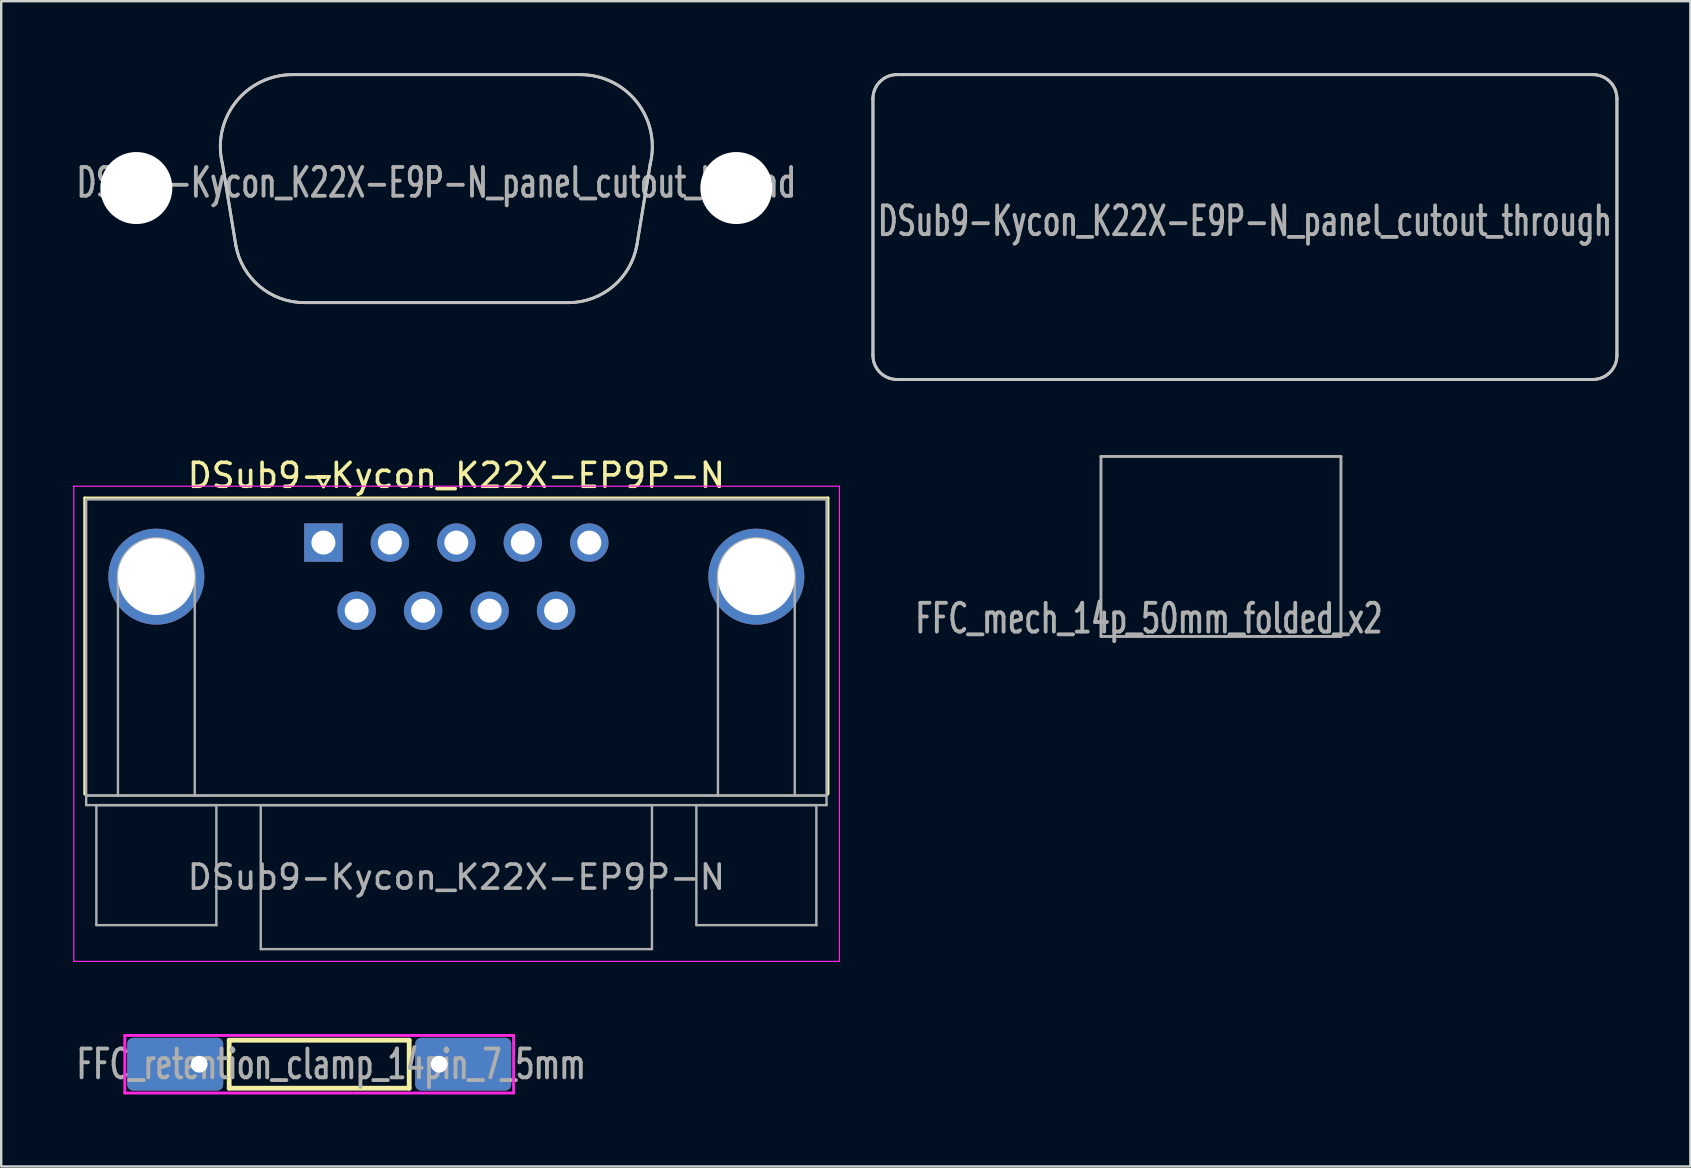
<source format=kicad_pcb>
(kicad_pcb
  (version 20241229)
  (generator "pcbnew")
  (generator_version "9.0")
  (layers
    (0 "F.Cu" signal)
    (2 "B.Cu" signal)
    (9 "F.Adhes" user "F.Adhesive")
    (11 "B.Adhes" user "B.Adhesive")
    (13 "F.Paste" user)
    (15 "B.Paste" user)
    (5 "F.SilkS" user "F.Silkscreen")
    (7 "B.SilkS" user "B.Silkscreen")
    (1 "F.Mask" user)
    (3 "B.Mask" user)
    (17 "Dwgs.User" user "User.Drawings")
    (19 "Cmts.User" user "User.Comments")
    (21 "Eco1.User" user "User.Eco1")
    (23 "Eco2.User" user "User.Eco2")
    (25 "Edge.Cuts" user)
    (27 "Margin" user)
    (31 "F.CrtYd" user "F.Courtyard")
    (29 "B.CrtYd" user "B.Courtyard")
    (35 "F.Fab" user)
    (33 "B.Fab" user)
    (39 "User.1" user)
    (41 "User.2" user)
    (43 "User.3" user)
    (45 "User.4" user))
  (footprint "FFC_mech_14p_50mm_folded_x2"
    (layer "F.Cu")
    (at 42.824 19.72)
    (property "Reference" "FFC_mech_14p_50mm_folded_x2" (at 2 3 0) (layer "F.Fab") (effects (font (size 1.2 0.8) (thickness 0.16))))
    (attr through_hole)
    (fp_line (start 0 -3.75) (end 10 -3.75) (stroke (width 0.12) (type solid)) (layer "F.Fab"))
    (fp_line (start 0 3.75) (end 0 -3.75) (stroke (width 0.12) (type solid)) (layer "F.Fab"))
    (fp_line (start 10 -3.75) (end 10 3.75) (stroke (width 0.12) (type solid)) (layer "F.Fab"))
    (fp_line (start 10 3.75) (end 0 3.75) (stroke (width 0.12) (type solid)) (layer "F.Fab")))
  (footprint "DSub9-Kycon_K22X-E9P-N_panel_cutout_behind"
    (layer "F.Cu")
    (at 15.131 11.06)
    (property "Reference" "DSub9-Kycon_K22X-E9P-N_panel_cutout_behind" (at 0 -6.5 0) (layer "F.Fab") (effects (font (size 1.2 0.8) (thickness 0.16))))
    (attr exclude_from_pos_files exclude_from_bom)
    (fp_line (start -8.911 -7.274) (end -8.356 -3.896) (stroke (width 0.12) (type solid)) (layer "Dwgs.User"))
    (fp_line (start -5.5 -1.5) (end 5.5 -1.5) (stroke (width 0.12) (type solid)) (layer "Dwgs.User"))
    (fp_line (start 6 -11) (end -6 -11) (stroke (width 0.12) (type solid)) (layer "Dwgs.User"))
    (fp_line (start 8.356 -3.896) (end 8.911 -7.274) (stroke (width 0.12) (type solid)) (layer "Dwgs.User"))
    (fp_arc (start -8.910887 -7.274234) (mid -8.364032 -9.846984) (end -6 -11) (stroke (width 0.12) (type solid)) (layer "Dwgs.User"))
    (fp_arc (start -5.5 -1.5) (mid -7.364084 -2.178471) (end -8.355942 -3.89642) (stroke (width 0.12) (type solid)) (layer "Dwgs.User"))
    (fp_arc (start 6 -11) (mid 8.364032 -9.846984) (end 8.910887 -7.274234) (stroke (width 0.12) (type solid)) (layer "Dwgs.User"))
    (fp_arc (start 8.355942 -3.89642) (mid 7.364084 -2.178471) (end 5.5 -1.5) (stroke (width 0.12) (type solid)) (layer "Dwgs.User"))
    (fp_line (start -8.911 -7.274) (end -8.356 -3.896) (stroke (width 0.12) (type solid)) (layer "Edge.Cuts"))
    (fp_line (start -5.5 -1.5) (end 5.5 -1.5) (stroke (width 0.12) (type solid)) (layer "Edge.Cuts"))
    (fp_line (start 6 -11) (end -6 -11) (stroke (width 0.12) (type solid)) (layer "Edge.Cuts"))
    (fp_line (start 8.356 -3.896) (end 8.911 -7.274) (stroke (width 0.12) (type solid)) (layer "Edge.Cuts"))
    (fp_arc (start -8.910887 -7.274234) (mid -8.364032 -9.846984) (end -6 -11) (stroke (width 0.12) (type solid)) (layer "Edge.Cuts"))
    (fp_arc (start -5.5 -1.5) (mid -7.364084 -2.178471) (end -8.355942 -3.89642) (stroke (width 0.12) (type solid)) (layer "Edge.Cuts"))
    (fp_arc (start 6 -11) (mid 8.364032 -9.846984) (end 8.910887 -7.274234) (stroke (width 0.12) (type solid)) (layer "Edge.Cuts"))
    (fp_arc (start 8.355942 -3.89642) (mid 7.364084 -2.178471) (end 5.5 -1.5) (stroke (width 0.12) (type solid)) (layer "Edge.Cuts"))
    (pad "" np_thru_hole circle (at -12.5 -6.275) (size 3 3) (drill 3) (layers "*.Cu" "*.Mask"))
    (pad "" np_thru_hole circle (at 12.5 -6.275) (size 3 3) (drill 3) (layers "*.Cu" "*.Mask")))
  (footprint "DSub9-Kycon_K22X-EP9P-N"
    (layer "F.Cu")
    (at 10.425 19.558)
    (property "Reference" "DSub9-Kycon_K22X-EP9P-N" (at 5.54 -2.8 0) (layer "F.SilkS") (effects (font (size 1 1) (thickness 0.15))))
    (attr through_hole)
    (fp_line (start -9.945 -1.86) (end 21.025 -1.86) (stroke (width 0.12) (type solid)) (layer "F.SilkS"))
    (fp_line (start -9.945 10.48) (end -9.945 -1.86) (stroke (width 0.12) (type solid)) (layer "F.SilkS"))
    (fp_line (start -0.25 -2.754) (end 0.25 -2.754) (stroke (width 0.12) (type solid)) (layer "F.SilkS"))
    (fp_line (start 0 -2.321) (end -0.25 -2.754) (stroke (width 0.12) (type solid)) (layer "F.SilkS"))
    (fp_line (start 0.25 -2.754) (end 0 -2.321) (stroke (width 0.12) (type solid)) (layer "F.SilkS"))
    (fp_line (start 21.025 -1.86) (end 21.025 10.48) (stroke (width 0.12) (type solid)) (layer "F.SilkS"))
    (fp_line (start -10.4 -2.35) (end -10.4 17.45) (stroke (width 0.05) (type solid)) (layer "F.CrtYd"))
    (fp_line (start -10.4 17.45) (end 21.5 17.45) (stroke (width 0.05) (type solid)) (layer "F.CrtYd"))
    (fp_line (start 21.5 -2.35) (end -10.4 -2.35) (stroke (width 0.05) (type solid)) (layer "F.CrtYd"))
    (fp_line (start 21.5 17.45) (end 21.5 -2.35) (stroke (width 0.05) (type solid)) (layer "F.CrtYd"))
    (fp_line (start -9.885 -1.8) (end -9.885 10.54) (stroke (width 0.1) (type solid)) (layer "F.Fab"))
    (fp_line (start -9.885 10.54) (end -9.885 10.94) (stroke (width 0.1) (type solid)) (layer "F.Fab"))
    (fp_line (start -9.885 10.54) (end 20.965 10.54) (stroke (width 0.1) (type solid)) (layer "F.Fab"))
    (fp_line (start -9.885 10.94) (end 20.965 10.94) (stroke (width 0.1) (type solid)) (layer "F.Fab"))
    (fp_line (start -9.46 10.94) (end -9.46 15.94) (stroke (width 0.1) (type solid)) (layer "F.Fab"))
    (fp_line (start -9.46 15.94) (end -4.46 15.94) (stroke (width 0.1) (type solid)) (layer "F.Fab"))
    (fp_line (start -8.56 10.54) (end -8.56 1.42) (stroke (width 0.1) (type solid)) (layer "F.Fab"))
    (fp_line (start -5.36 10.54) (end -5.36 1.42) (stroke (width 0.1) (type solid)) (layer "F.Fab"))
    (fp_line (start -4.46 10.94) (end -9.46 10.94) (stroke (width 0.1) (type solid)) (layer "F.Fab"))
    (fp_line (start -4.46 15.94) (end -4.46 10.94) (stroke (width 0.1) (type solid)) (layer "F.Fab"))
    (fp_line (start -2.61 10.94) (end -2.61 16.94) (stroke (width 0.1) (type solid)) (layer "F.Fab"))
    (fp_line (start -2.61 16.94) (end 13.69 16.94) (stroke (width 0.1) (type solid)) (layer "F.Fab"))
    (fp_line (start 13.69 10.94) (end -2.61 10.94) (stroke (width 0.1) (type solid)) (layer "F.Fab"))
    (fp_line (start 13.69 16.94) (end 13.69 10.94) (stroke (width 0.1) (type solid)) (layer "F.Fab"))
    (fp_line (start 15.54 10.94) (end 15.54 15.94) (stroke (width 0.1) (type solid)) (layer "F.Fab"))
    (fp_line (start 15.54 15.94) (end 20.54 15.94) (stroke (width 0.1) (type solid)) (layer "F.Fab"))
    (fp_line (start 16.44 10.54) (end 16.44 1.42) (stroke (width 0.1) (type solid)) (layer "F.Fab"))
    (fp_line (start 19.64 10.54) (end 19.64 1.42) (stroke (width 0.1) (type solid)) (layer "F.Fab"))
    (fp_line (start 20.54 10.94) (end 15.54 10.94) (stroke (width 0.1) (type solid)) (layer "F.Fab"))
    (fp_line (start 20.54 15.94) (end 20.54 10.94) (stroke (width 0.1) (type solid)) (layer "F.Fab"))
    (fp_line (start 20.965 -1.8) (end -9.885 -1.8) (stroke (width 0.1) (type solid)) (layer "F.Fab"))
    (fp_line (start 20.965 10.54) (end -9.885 10.54) (stroke (width 0.1) (type solid)) (layer "F.Fab"))
    (fp_line (start 20.965 10.54) (end 20.965 -1.8) (stroke (width 0.1) (type solid)) (layer "F.Fab"))
    (fp_line (start 20.965 10.94) (end 20.965 10.54) (stroke (width 0.1) (type solid)) (layer "F.Fab"))
    (fp_arc (start -8.56 1.42) (mid -6.96 -0.18) (end -5.36 1.42) (stroke (width 0.1) (type solid)) (layer "F.Fab"))
    (fp_arc (start 16.44 1.42) (mid 18.04 -0.18) (end 19.64 1.42) (stroke (width 0.1) (type solid)) (layer "F.Fab"))
    (fp_text user "${REFERENCE}" (at 5.54 13.94 0) (layer "F.Fab") (effects (font (size 1 1) (thickness 0.15))))
    (pad "0" thru_hole circle (at -6.96 1.42) (size 4 4) (drill 3.2) (layers "*.Cu" "*.Mask"))
    (pad "0" thru_hole circle (at 18.04 1.42) (size 4 4) (drill 3.2) (layers "*.Cu" "*.Mask"))
    (pad "1" thru_hole rect (at 0 0) (size 1.6 1.6) (drill 1) (layers "*.Cu" "*.Mask"))
    (pad "2" thru_hole circle (at 2.77 0) (size 1.6 1.6) (drill 1) (layers "*.Cu" "*.Mask"))
    (pad "3" thru_hole circle (at 5.54 0) (size 1.6 1.6) (drill 1) (layers "*.Cu" "*.Mask"))
    (pad "4" thru_hole circle (at 8.31 0) (size 1.6 1.6) (drill 1) (layers "*.Cu" "*.Mask"))
    (pad "5" thru_hole circle (at 11.08 0) (size 1.6 1.6) (drill 1) (layers "*.Cu" "*.Mask"))
    (pad "6" thru_hole circle (at 1.385 2.84) (size 1.6 1.6) (drill 1) (layers "*.Cu" "*.Mask"))
    (pad "7" thru_hole circle (at 4.155 2.84) (size 1.6 1.6) (drill 1) (layers "*.Cu" "*.Mask"))
    (pad "8" thru_hole circle (at 6.925 2.84) (size 1.6 1.6) (drill 1) (layers "*.Cu" "*.Mask"))
    (pad "9" thru_hole circle (at 9.695 2.84) (size 1.6 1.6) (drill 1) (layers "*.Cu" "*.Mask")))
  (footprint "DSub9-Kycon_K22X-E9P-N_panel_cutout_through"
    (layer "F.Cu")
    (at 48.823 12.66)
    (property "Reference" "DSub9-Kycon_K22X-E9P-N_panel_cutout_through" (at 0 -6.5 0) (layer "F.Fab") (effects (font (size 1.2 0.8) (thickness 0.16))))
    (attr exclude_from_pos_files exclude_from_bom)
    (fp_line (start -15.5 -11.6) (end -15.5 -0.9) (stroke (width 0.12) (type solid)) (layer "Dwgs.User"))
    (fp_line (start -14.5 0.1) (end 14.5 0.1) (stroke (width 0.12) (type solid)) (layer "Dwgs.User"))
    (fp_line (start 14.5 -12.6) (end -14.5 -12.6) (stroke (width 0.12) (type solid)) (layer "Dwgs.User"))
    (fp_line (start 15.5 -0.9) (end 15.5 -11.6) (stroke (width 0.12) (type solid)) (layer "Dwgs.User"))
    (fp_arc (start -15.5 -11.6) (mid -15.207107 -12.307107) (end -14.5 -12.6) (stroke (width 0.12) (type solid)) (layer "Dwgs.User"))
    (fp_arc (start -14.5 0.1) (mid -15.207107 -0.192893) (end -15.5 -0.9) (stroke (width 0.12) (type solid)) (layer "Dwgs.User"))
    (fp_arc (start 14.5 -12.6) (mid 15.207107 -12.307107) (end 15.5 -11.6) (stroke (width 0.12) (type solid)) (layer "Dwgs.User"))
    (fp_arc (start 15.5 -0.9) (mid 15.207107 -0.192893) (end 14.5 0.1) (stroke (width 0.12) (type solid)) (layer "Dwgs.User"))
    (fp_line (start -15.5 -11.6) (end -15.5 -0.9) (stroke (width 0.12) (type solid)) (layer "Edge.Cuts"))
    (fp_line (start -14.5 0.1) (end 14.5 0.1) (stroke (width 0.12) (type solid)) (layer "Edge.Cuts"))
    (fp_line (start 14.5 -12.6) (end -14.5 -12.6) (stroke (width 0.12) (type solid)) (layer "Edge.Cuts"))
    (fp_line (start 15.5 -0.9) (end 15.5 -11.6) (stroke (width 0.12) (type solid)) (layer "Edge.Cuts"))
    (fp_arc (start -15.5 -11.6) (mid -15.207107 -12.307107) (end -14.5 -12.6) (stroke (width 0.12) (type solid)) (layer "Edge.Cuts"))
    (fp_arc (start -14.5 0.1) (mid -15.207107 -0.192893) (end -15.5 -0.9) (stroke (width 0.12) (type solid)) (layer "Edge.Cuts"))
    (fp_arc (start 14.5 -12.6) (mid 15.207107 -12.307107) (end 15.5 -11.6) (stroke (width 0.12) (type solid)) (layer "Edge.Cuts"))
    (fp_arc (start 15.5 -0.9) (mid 15.207107 -0.192893) (end 14.5 0.1) (stroke (width 0.12) (type solid)) (layer "Edge.Cuts")))
  (footprint "FFC_retention_clamp_14pin_7_5mm"
    (layer "F.Cu")
    (at 10.25 41.293)
    (property "Reference" "FFC_retention_clamp_14pin_7_5mm" (at 0.5 0 0) (layer "F.Fab") (effects (font (size 1.2 0.8) (thickness 0.16))))
    (attr exclude_from_pos_files exclude_from_bom)
    (fp_line (start -3.75 -1) (end 3.75 -1) (stroke (width 0.2) (type solid)) (layer "F.SilkS"))
    (fp_line (start -3.75 1) (end -3.75 -1) (stroke (width 0.2) (type solid)) (layer "F.SilkS"))
    (fp_line (start 3.75 -1) (end 3.75 1) (stroke (width 0.2) (type solid)) (layer "F.SilkS"))
    (fp_line (start 3.75 1) (end -3.75 1) (stroke (width 0.2) (type solid)) (layer "F.SilkS"))
    (fp_line (start -8.1 -1.2) (end 8.1 -1.2) (stroke (width 0.12) (type solid)) (layer "F.CrtYd"))
    (fp_line (start -8.1 1.2) (end -8.1 -1.2) (stroke (width 0.12) (type solid)) (layer "F.CrtYd"))
    (fp_line (start 8.1 -1.2) (end 8.1 1.2) (stroke (width 0.12) (type solid)) (layer "F.CrtYd"))
    (fp_line (start 8.1 1.2) (end -8.1 1.2) (stroke (width 0.12) (type solid)) (layer "F.CrtYd"))
    (pad "1" thru_hole roundrect (at -5 0) (size 4 2.2) (drill 0.7 (offset -1 0)) (layers "*.Cu" "F.Mask") (roundrect_rratio 0.114))
    (pad "2" thru_hole roundrect (at 5 0 180) (size 4 2.2) (drill 0.7 (offset -1 0)) (layers "*.Cu" "F.Mask") (roundrect_rratio 0.114)))
  (gr_rect
    (start -3 -3)
    (end 67.383 45.553)
    (stroke (width 0.1) (type default))
    (fill no)
    (layer "Edge.Cuts")))
</source>
